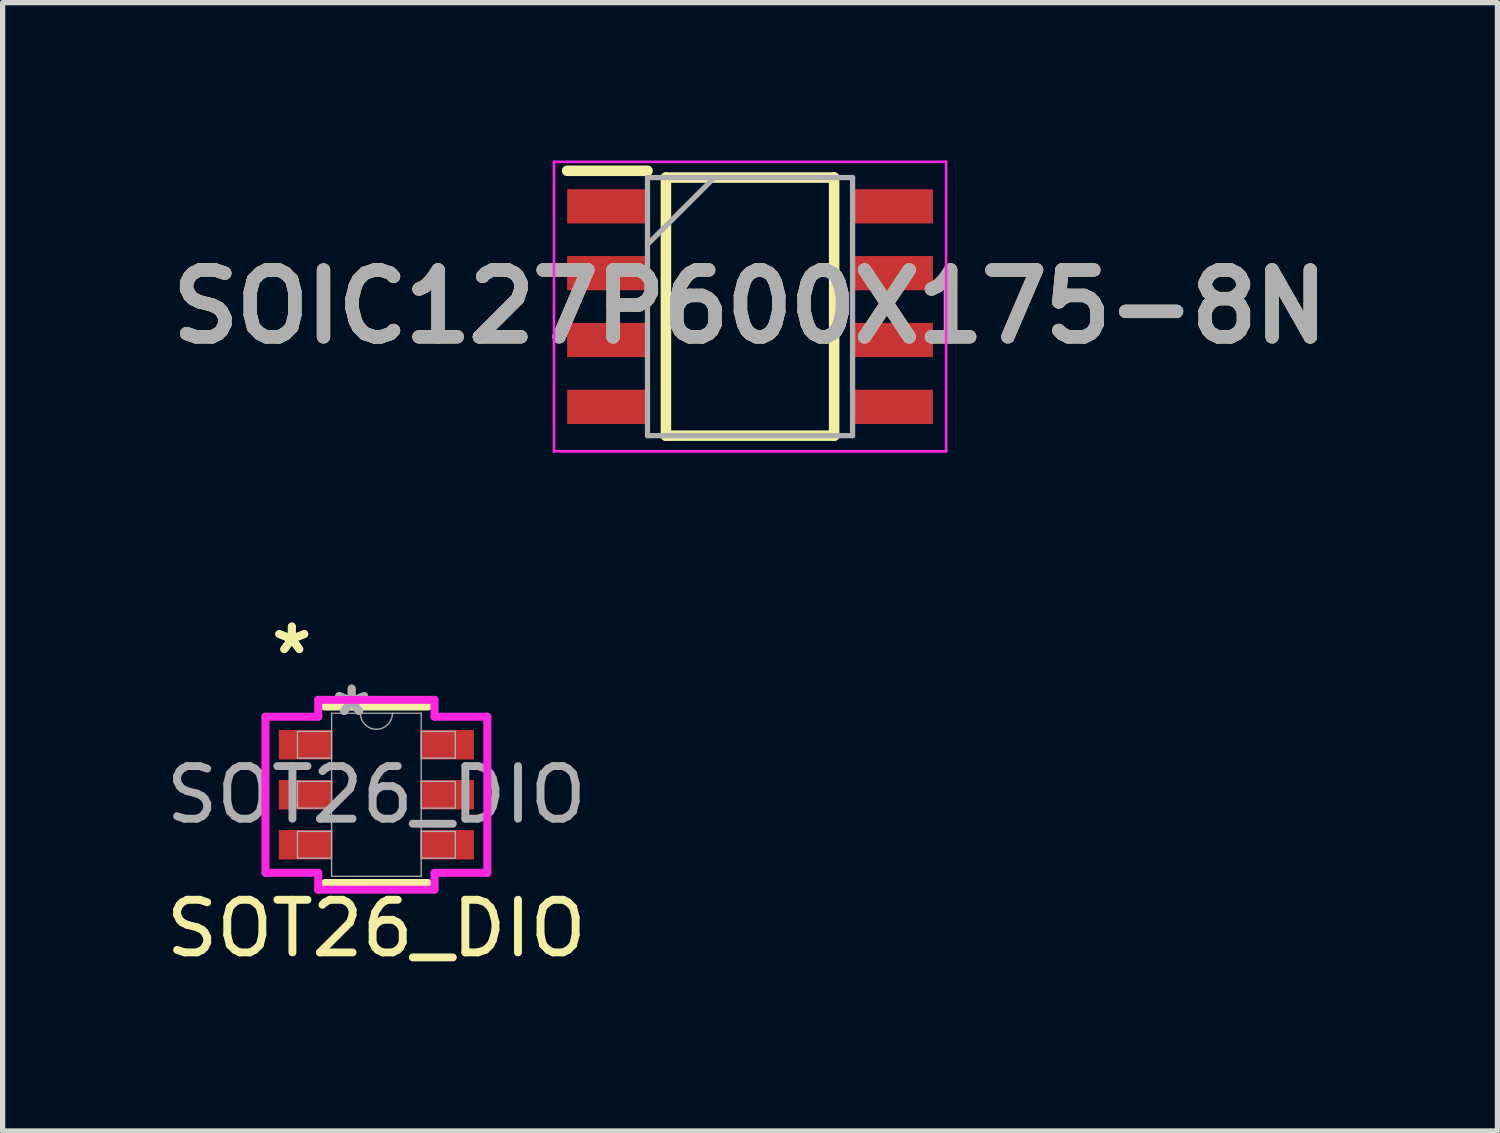
<source format=kicad_pcb>
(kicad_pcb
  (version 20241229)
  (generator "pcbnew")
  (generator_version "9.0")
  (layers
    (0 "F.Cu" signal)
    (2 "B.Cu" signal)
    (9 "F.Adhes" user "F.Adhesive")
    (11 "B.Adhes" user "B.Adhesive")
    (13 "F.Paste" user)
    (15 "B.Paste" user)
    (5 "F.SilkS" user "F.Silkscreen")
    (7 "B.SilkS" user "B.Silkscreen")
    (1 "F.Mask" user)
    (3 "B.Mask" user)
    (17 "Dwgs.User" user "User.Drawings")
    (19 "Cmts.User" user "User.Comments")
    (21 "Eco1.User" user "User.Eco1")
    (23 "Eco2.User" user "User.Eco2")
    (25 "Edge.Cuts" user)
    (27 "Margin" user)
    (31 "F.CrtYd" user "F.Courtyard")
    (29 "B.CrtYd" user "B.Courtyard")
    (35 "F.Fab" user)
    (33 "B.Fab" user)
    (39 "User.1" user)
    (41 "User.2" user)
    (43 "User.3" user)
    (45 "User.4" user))
  (footprint "SOIC127P600X175-8N"
    (layer "F.Cu")
    (at 11.2 2.775)
    (property "Reference" "SOIC127P600X175-8N" (at 0 0 0) (layer "F.SilkS") (effects (font (size 1.27 1.27) (thickness 0.254))))
    (attr smd)
    (fp_line (start -3.475 -2.58) (end -1.948 -2.58) (stroke (width 0.2) (type solid)) (layer "F.SilkS"))
    (fp_line (start -1.598 -2.452) (end 1.598 -2.452) (stroke (width 0.2) (type solid)) (layer "F.SilkS"))
    (fp_line (start -1.598 2.452) (end -1.598 -2.452) (stroke (width 0.2) (type solid)) (layer "F.SilkS"))
    (fp_line (start 1.598 -2.452) (end 1.598 2.452) (stroke (width 0.2) (type solid)) (layer "F.SilkS"))
    (fp_line (start 1.598 2.452) (end -1.598 2.452) (stroke (width 0.2) (type solid)) (layer "F.SilkS"))
    (fp_line (start -3.725 -2.75) (end 3.725 -2.75) (stroke (width 0.05) (type solid)) (layer "F.CrtYd"))
    (fp_line (start -3.725 2.75) (end -3.725 -2.75) (stroke (width 0.05) (type solid)) (layer "F.CrtYd"))
    (fp_line (start 3.725 -2.75) (end 3.725 2.75) (stroke (width 0.05) (type solid)) (layer "F.CrtYd"))
    (fp_line (start 3.725 2.75) (end -3.725 2.75) (stroke (width 0.05) (type solid)) (layer "F.CrtYd"))
    (fp_line (start -1.948 -2.452) (end 1.948 -2.452) (stroke (width 0.1) (type solid)) (layer "F.Fab"))
    (fp_line (start -1.948 -1.182) (end -0.678 -2.452) (stroke (width 0.1) (type solid)) (layer "F.Fab"))
    (fp_line (start -1.948 2.452) (end -1.948 -2.452) (stroke (width 0.1) (type solid)) (layer "F.Fab"))
    (fp_line (start 1.948 -2.452) (end 1.948 2.452) (stroke (width 0.1) (type solid)) (layer "F.Fab"))
    (fp_line (start 1.948 2.452) (end -1.948 2.452) (stroke (width 0.1) (type solid)) (layer "F.Fab"))
    (fp_text user "${REFERENCE}" (at 0 0 0) (layer "F.Fab") (effects (font (size 1.27 1.27) (thickness 0.254))))
    (pad "1" smd rect (at -2.711 -1.905 90) (size 0.65 1.528) (layers "F.Cu" "F.Mask" "F.Paste"))
    (pad "2" smd rect (at -2.711 -0.635 90) (size 0.65 1.528) (layers "F.Cu" "F.Mask" "F.Paste"))
    (pad "3" smd rect (at -2.711 0.635 90) (size 0.65 1.528) (layers "F.Cu" "F.Mask" "F.Paste"))
    (pad "4" smd rect (at -2.711 1.905 90) (size 0.65 1.528) (layers "F.Cu" "F.Mask" "F.Paste"))
    (pad "5" smd rect (at 2.711 1.905 90) (size 0.65 1.528) (layers "F.Cu" "F.Mask" "F.Paste"))
    (pad "6" smd rect (at 2.711 0.635 90) (size 0.65 1.528) (layers "F.Cu" "F.Mask" "F.Paste"))
    (pad "7" smd rect (at 2.711 -0.635 90) (size 0.65 1.528) (layers "F.Cu" "F.Mask" "F.Paste"))
    (pad "8" smd rect (at 2.711 -1.905 90) (size 0.65 1.528) (layers "F.Cu" "F.Mask" "F.Paste")))
  (footprint "SOT26_DIO"
    (layer "F.Cu")
    (at 4.101 12.05)
    (property "Reference" "SOT26_DIO" (at 0 2.54 0) (unlocked yes) (layer "F.SilkS") (effects (font (size 1 1) (thickness 0.15))))
    (attr smd)
    (fp_line (start -0.978 1.676) (end 0.978 1.676) (stroke (width 0.152) (type solid)) (layer "F.SilkS"))
    (fp_line (start 0.978 -1.676) (end -0.978 -1.676) (stroke (width 0.152) (type solid)) (layer "F.SilkS"))
    (fp_line (start -2.108 -1.483) (end -1.105 -1.483) (stroke (width 0.152) (type solid)) (layer "F.CrtYd"))
    (fp_line (start -2.108 1.483) (end -2.108 -1.483) (stroke (width 0.152) (type solid)) (layer "F.CrtYd"))
    (fp_line (start -2.108 1.483) (end -1.105 1.483) (stroke (width 0.152) (type solid)) (layer "F.CrtYd"))
    (fp_line (start -1.105 -1.803) (end 1.105 -1.803) (stroke (width 0.152) (type solid)) (layer "F.CrtYd"))
    (fp_line (start -1.105 -1.483) (end -1.105 -1.803) (stroke (width 0.152) (type solid)) (layer "F.CrtYd"))
    (fp_line (start -1.105 1.803) (end -1.105 1.483) (stroke (width 0.152) (type solid)) (layer "F.CrtYd"))
    (fp_line (start 1.105 -1.803) (end 1.105 -1.483) (stroke (width 0.152) (type solid)) (layer "F.CrtYd"))
    (fp_line (start 1.105 1.483) (end 1.105 1.803) (stroke (width 0.152) (type solid)) (layer "F.CrtYd"))
    (fp_line (start 1.105 1.803) (end -1.105 1.803) (stroke (width 0.152) (type solid)) (layer "F.CrtYd"))
    (fp_line (start 2.108 -1.483) (end 1.105 -1.483) (stroke (width 0.152) (type solid)) (layer "F.CrtYd"))
    (fp_line (start 2.108 -1.483) (end 2.108 1.483) (stroke (width 0.152) (type solid)) (layer "F.CrtYd"))
    (fp_line (start 2.108 1.483) (end 1.105 1.483) (stroke (width 0.152) (type solid)) (layer "F.CrtYd"))
    (fp_line (start -1.499 -1.204) (end -1.499 -0.696) (stroke (width 0.025) (type solid)) (layer "F.Fab"))
    (fp_line (start -1.499 -0.696) (end -0.851 -0.696) (stroke (width 0.025) (type solid)) (layer "F.Fab"))
    (fp_line (start -1.499 -0.254) (end -1.499 0.254) (stroke (width 0.025) (type solid)) (layer "F.Fab"))
    (fp_line (start -1.499 0.254) (end -0.851 0.254) (stroke (width 0.025) (type solid)) (layer "F.Fab"))
    (fp_line (start -1.499 0.696) (end -1.499 1.204) (stroke (width 0.025) (type solid)) (layer "F.Fab"))
    (fp_line (start -1.499 1.204) (end -0.851 1.204) (stroke (width 0.025) (type solid)) (layer "F.Fab"))
    (fp_line (start -0.851 -1.549) (end -0.851 1.549) (stroke (width 0.025) (type solid)) (layer "F.Fab"))
    (fp_line (start -0.851 -1.204) (end -1.499 -1.204) (stroke (width 0.025) (type solid)) (layer "F.Fab"))
    (fp_line (start -0.851 -0.696) (end -0.851 -1.204) (stroke (width 0.025) (type solid)) (layer "F.Fab"))
    (fp_line (start -0.851 -0.254) (end -1.499 -0.254) (stroke (width 0.025) (type solid)) (layer "F.Fab"))
    (fp_line (start -0.851 0.254) (end -0.851 -0.254) (stroke (width 0.025) (type solid)) (layer "F.Fab"))
    (fp_line (start -0.851 0.696) (end -1.499 0.696) (stroke (width 0.025) (type solid)) (layer "F.Fab"))
    (fp_line (start -0.851 1.204) (end -0.851 0.696) (stroke (width 0.025) (type solid)) (layer "F.Fab"))
    (fp_line (start -0.851 1.549) (end 0.851 1.549) (stroke (width 0.025) (type solid)) (layer "F.Fab"))
    (fp_line (start 0.851 -1.549) (end -0.851 -1.549) (stroke (width 0.025) (type solid)) (layer "F.Fab"))
    (fp_line (start 0.851 -1.204) (end 0.851 -0.696) (stroke (width 0.025) (type solid)) (layer "F.Fab"))
    (fp_line (start 0.851 -0.696) (end 1.499 -0.696) (stroke (width 0.025) (type solid)) (layer "F.Fab"))
    (fp_line (start 0.851 -0.254) (end 0.851 0.254) (stroke (width 0.025) (type solid)) (layer "F.Fab"))
    (fp_line (start 0.851 0.254) (end 1.499 0.254) (stroke (width 0.025) (type solid)) (layer "F.Fab"))
    (fp_line (start 0.851 0.696) (end 0.851 1.204) (stroke (width 0.025) (type solid)) (layer "F.Fab"))
    (fp_line (start 0.851 1.204) (end 1.499 1.204) (stroke (width 0.025) (type solid)) (layer "F.Fab"))
    (fp_line (start 0.851 1.549) (end 0.851 -1.549) (stroke (width 0.025) (type solid)) (layer "F.Fab"))
    (fp_line (start 1.499 -1.204) (end 0.851 -1.204) (stroke (width 0.025) (type solid)) (layer "F.Fab"))
    (fp_line (start 1.499 -0.696) (end 1.499 -1.204) (stroke (width 0.025) (type solid)) (layer "F.Fab"))
    (fp_line (start 1.499 -0.254) (end 0.851 -0.254) (stroke (width 0.025) (type solid)) (layer "F.Fab"))
    (fp_line (start 1.499 0.254) (end 1.499 -0.254) (stroke (width 0.025) (type solid)) (layer "F.Fab"))
    (fp_line (start 1.499 0.696) (end 0.851 0.696) (stroke (width 0.025) (type solid)) (layer "F.Fab"))
    (fp_line (start 1.499 1.204) (end 1.499 0.696) (stroke (width 0.025) (type solid)) (layer "F.Fab"))
    (fp_arc (start 0.3048 -1.5494) (mid 0 -1.2446) (end -0.3048 -1.5494) (stroke (width 0.0254) (type solid)) (layer "F.Fab"))
    (fp_text user "*" (at -1.607 -2.652 0) (unlocked yes) (layer "F.SilkS") (effects (font (size 1 1) (thickness 0.15))))
    (fp_text user "*" (at -1.607 -2.652 0) (layer "F.SilkS") (effects (font (size 1 1) (thickness 0.15))))
    (fp_text user "*" (at -0.47 -1.473 0) (layer "F.Fab") (effects (font (size 1 1) (thickness 0.15))))
    (fp_text user "${REFERENCE}" (at 0 0 0) (unlocked yes) (layer "F.Fab") (effects (font (size 1 1) (thickness 0.15))))
    (fp_text user "*" (at -0.47 -1.473 0) (unlocked yes) (layer "F.Fab") (effects (font (size 1 1) (thickness 0.15))))
    (pad "1" smd rect (at -1.353 -0.95) (size 1.003 0.559) (layers "F.Cu" "F.Mask" "F.Paste"))
    (pad "2" smd rect (at -1.353 0) (size 1.003 0.559) (layers "F.Cu" "F.Mask" "F.Paste"))
    (pad "3" smd rect (at -1.353 0.95) (size 1.003 0.559) (layers "F.Cu" "F.Mask" "F.Paste"))
    (pad "4" smd rect (at 1.353 0.95) (size 1.003 0.559) (layers "F.Cu" "F.Mask" "F.Paste"))
    (pad "5" smd rect (at 1.353 0) (size 1.003 0.559) (layers "F.Cu" "F.Mask" "F.Paste"))
    (pad "6" smd rect (at 1.353 -0.95) (size 1.003 0.559) (layers "F.Cu" "F.Mask" "F.Paste")))
  (gr_rect
    (start -3 -3)
    (end 25.4 18.438)
    (stroke (width 0.1) (type default))
    (fill no)
    (layer "Edge.Cuts")))
</source>
